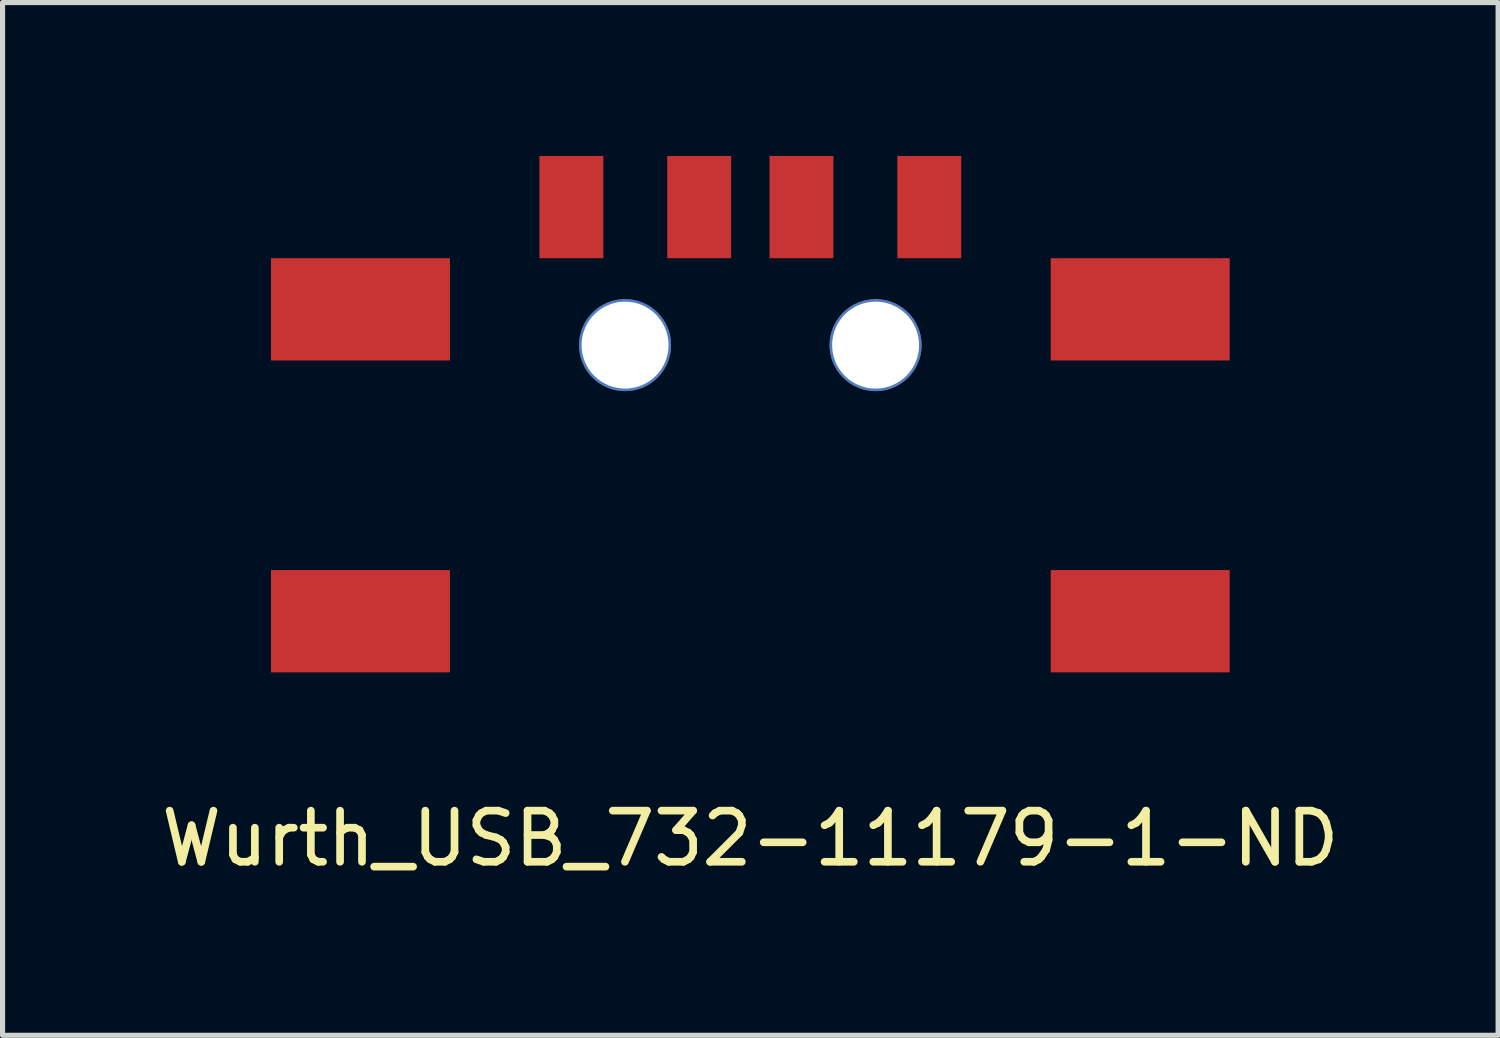
<source format=kicad_pcb>
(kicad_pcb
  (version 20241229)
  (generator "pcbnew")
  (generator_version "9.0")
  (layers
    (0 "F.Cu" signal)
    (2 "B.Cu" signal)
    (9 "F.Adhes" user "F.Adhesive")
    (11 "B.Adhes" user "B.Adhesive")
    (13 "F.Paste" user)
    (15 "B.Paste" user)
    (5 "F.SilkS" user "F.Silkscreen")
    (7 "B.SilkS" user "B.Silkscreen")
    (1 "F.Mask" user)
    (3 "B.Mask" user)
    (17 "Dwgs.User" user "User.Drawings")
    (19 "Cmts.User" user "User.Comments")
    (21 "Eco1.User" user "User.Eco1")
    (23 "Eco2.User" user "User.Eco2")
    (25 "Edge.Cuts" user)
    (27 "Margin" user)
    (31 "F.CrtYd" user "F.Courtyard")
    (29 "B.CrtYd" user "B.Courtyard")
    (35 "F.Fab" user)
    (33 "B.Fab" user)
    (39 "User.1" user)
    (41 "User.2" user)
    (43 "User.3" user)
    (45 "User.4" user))
  (footprint "Wurth_USB_732-11179-1-ND"
    (layer "F.Cu")
    (at 11.625 6.05)
    (property "Reference" "Wurth_USB_732-11179-1-ND" (at 0 7.3 0) (layer "F.SilkS") (effects (font (size 1 1) (thickness 0.15))))
    (attr through_hole)
    (pad "" thru_hole circle (at -2.45 -2.35) (size 1.8 1.8) (drill 1.7) (layers "*.Cu" "*.Mask"))
    (pad "" thru_hole circle (at 2.45 -2.35) (size 1.8 1.8) (drill 1.7) (layers "*.Cu" "*.Mask"))
    (pad "1" smd rect (at -3.5 -5.05) (size 1.25 2) (layers "F.Cu" "F.Mask" "F.Paste"))
    (pad "2" smd rect (at -1 -5.05) (size 1.25 2) (layers "F.Cu" "F.Mask" "F.Paste"))
    (pad "3" smd rect (at 1 -5.05) (size 1.25 2) (layers "F.Cu" "F.Mask" "F.Paste"))
    (pad "4" smd rect (at 3.5 -5.05) (size 1.25 2) (layers "F.Cu" "F.Mask" "F.Paste"))
    (pad "5" smd rect (at -7.625 -3.05) (size 3.5 2) (layers "F.Cu" "F.Mask" "F.Paste"))
    (pad "5" smd rect (at -7.625 3.05) (size 3.5 2) (layers "F.Cu" "F.Mask" "F.Paste"))
    (pad "5" smd rect (at 7.625 -3.05) (size 3.5 2) (layers "F.Cu" "F.Mask" "F.Paste"))
    (pad "5" smd rect (at 7.625 3.05) (size 3.5 2) (layers "F.Cu" "F.Mask" "F.Paste")))
  (gr_rect
    (start -3 -3)
    (end 26.25 17.198)
    (stroke (width 0.1) (type default))
    (fill no)
    (layer "Edge.Cuts")))
</source>
